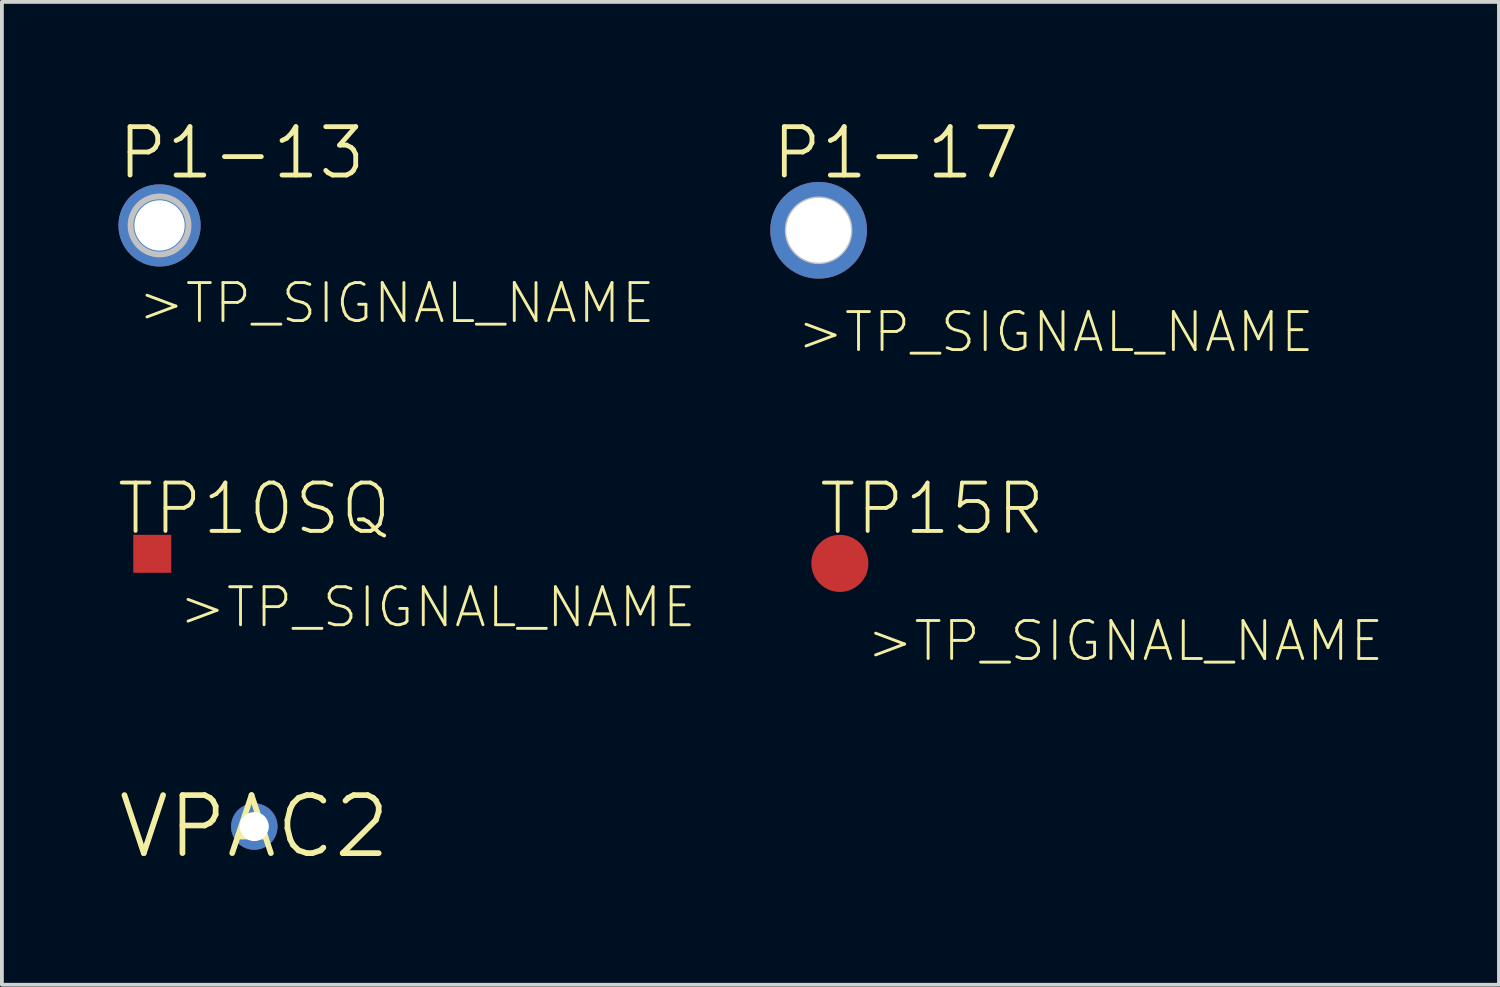
<source format=kicad_pcb>
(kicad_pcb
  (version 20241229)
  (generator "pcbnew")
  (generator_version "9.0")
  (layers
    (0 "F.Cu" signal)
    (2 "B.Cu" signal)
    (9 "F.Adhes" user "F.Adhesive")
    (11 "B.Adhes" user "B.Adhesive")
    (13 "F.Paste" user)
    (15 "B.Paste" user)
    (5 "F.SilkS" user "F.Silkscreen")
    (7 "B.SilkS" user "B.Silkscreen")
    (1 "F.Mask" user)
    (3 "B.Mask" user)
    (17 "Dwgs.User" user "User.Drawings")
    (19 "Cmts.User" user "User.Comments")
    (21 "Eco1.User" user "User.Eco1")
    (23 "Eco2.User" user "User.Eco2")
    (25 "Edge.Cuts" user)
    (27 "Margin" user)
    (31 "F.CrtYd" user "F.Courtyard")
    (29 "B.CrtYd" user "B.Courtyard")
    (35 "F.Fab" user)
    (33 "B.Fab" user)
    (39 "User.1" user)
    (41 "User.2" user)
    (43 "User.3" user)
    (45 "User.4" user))
  (footprint "P1-17"
    (layer "F.Cu")
    (at 18.45 2.998)
    (property "Reference" "P1-17" (at 2.032 -2.032 0) (layer "F.SilkS") (effects (font (size 1.27 1.27) (thickness 0.127))))
    (attr exclude_from_pos_files exclude_from_bom)
    (fp_line (start -0.33 -0.33) (end 0.33 -0.33) (stroke (width 0.066) (type solid)) (layer "Dwgs.User"))
    (fp_line (start -0.33 0.33) (end -0.33 -0.33) (stroke (width 0.066) (type solid)) (layer "Dwgs.User"))
    (fp_line (start -0.33 0.33) (end 0.33 0.33) (stroke (width 0.066) (type solid)) (layer "Dwgs.User"))
    (fp_line (start 0.33 0.33) (end 0.33 -0.33) (stroke (width 0.066) (type solid)) (layer "Dwgs.User"))
    (fp_circle (center 0 0) (end 0 -0.813) (stroke (width 0.152) (type solid)) (fill no) (layer "Dwgs.User"))
    (fp_text user ">TP_SIGNAL_NAME" (at 6.228 2.675 0) (layer "F.SilkS") (effects (font (size 0.998 0.998) (thickness 0.076))))
    (pad "TP" thru_hole circle (at 0 0) (size 2.54 2.54) (drill 1.702) (layers "*.Cu" "*.Paste" "*.Mask")))
  (footprint "VPAC2"
    (layer "F.Cu")
    (at 3.629 18.659)
    (property "Reference" "VPAC2" (at 0 0 0) (layer "F.SilkS") (effects (font (size 1.524 1.524) (thickness 0.15))))
    (attr exclude_from_pos_files exclude_from_bom)
    (pad "VP" thru_hole circle (at 0 0) (size 1.219 1.219) (drill 0.762) (layers "*.Cu" "*.Paste" "*.Mask")))
  (footprint "TP10SQ"
    (layer "F.Cu")
    (at 0.949 11.495)
    (property "Reference" "TP10SQ" (at 2.675 -1.184 0) (layer "F.SilkS") (effects (font (size 1.27 1.27) (thickness 0.102))))
    (attr smd)
    (fp_text user ">TP_SIGNAL_NAME" (at 7.498 1.405 0) (layer "F.SilkS") (effects (font (size 0.998 0.998) (thickness 0.076))))
    (pad "TP" smd rect (at 0 0) (size 0.998 0.998) (layers "F.Cu" "F.Mask" "F.Paste")))
  (footprint "TP15R"
    (layer "F.Cu")
    (at 19.008 11.747)
    (property "Reference" "TP15R" (at 2.423 -1.435 0) (layer "F.SilkS") (effects (font (size 1.27 1.27) (thickness 0.102))))
    (attr smd)
    (fp_text user ">TP_SIGNAL_NAME" (at 7.498 2.04 0) (layer "F.SilkS") (effects (font (size 0.998 0.998) (thickness 0.076))))
    (pad "TP" smd circle (at 0 0) (size 1.499 1.499) (layers "F.Cu" "F.Mask" "F.Paste")))
  (footprint "P1-13"
    (layer "F.Cu")
    (at 1.14 2.871)
    (property "Reference" "P1-13" (at 2.159 -1.905 0) (layer "F.SilkS") (effects (font (size 1.27 1.27) (thickness 0.127))))
    (attr exclude_from_pos_files exclude_from_bom)
    (fp_line (start -0.33 -0.33) (end 0.33 -0.33) (stroke (width 0.066) (type solid)) (layer "Dwgs.User"))
    (fp_line (start -0.33 0.33) (end -0.33 -0.33) (stroke (width 0.066) (type solid)) (layer "Dwgs.User"))
    (fp_line (start -0.33 0.33) (end 0.33 0.33) (stroke (width 0.066) (type solid)) (layer "Dwgs.User"))
    (fp_line (start 0.33 0.33) (end 0.33 -0.33) (stroke (width 0.066) (type solid)) (layer "Dwgs.User"))
    (fp_circle (center 0 0) (end 0 -0.762) (stroke (width 0.152) (type solid)) (fill no) (layer "Dwgs.User"))
    (fp_text user ">TP_SIGNAL_NAME" (at 6.228 2.04 0) (layer "F.SilkS") (effects (font (size 0.998 0.998) (thickness 0.076))))
    (pad "TP" thru_hole circle (at 0 0) (size 2.159 2.159) (drill 1.321) (layers "*.Cu" "*.Paste" "*.Mask")))
  (gr_rect
    (start -3 -3)
    (end 36.318 22.813)
    (stroke (width 0.1) (type default))
    (fill no)
    (layer "Edge.Cuts")))
</source>
